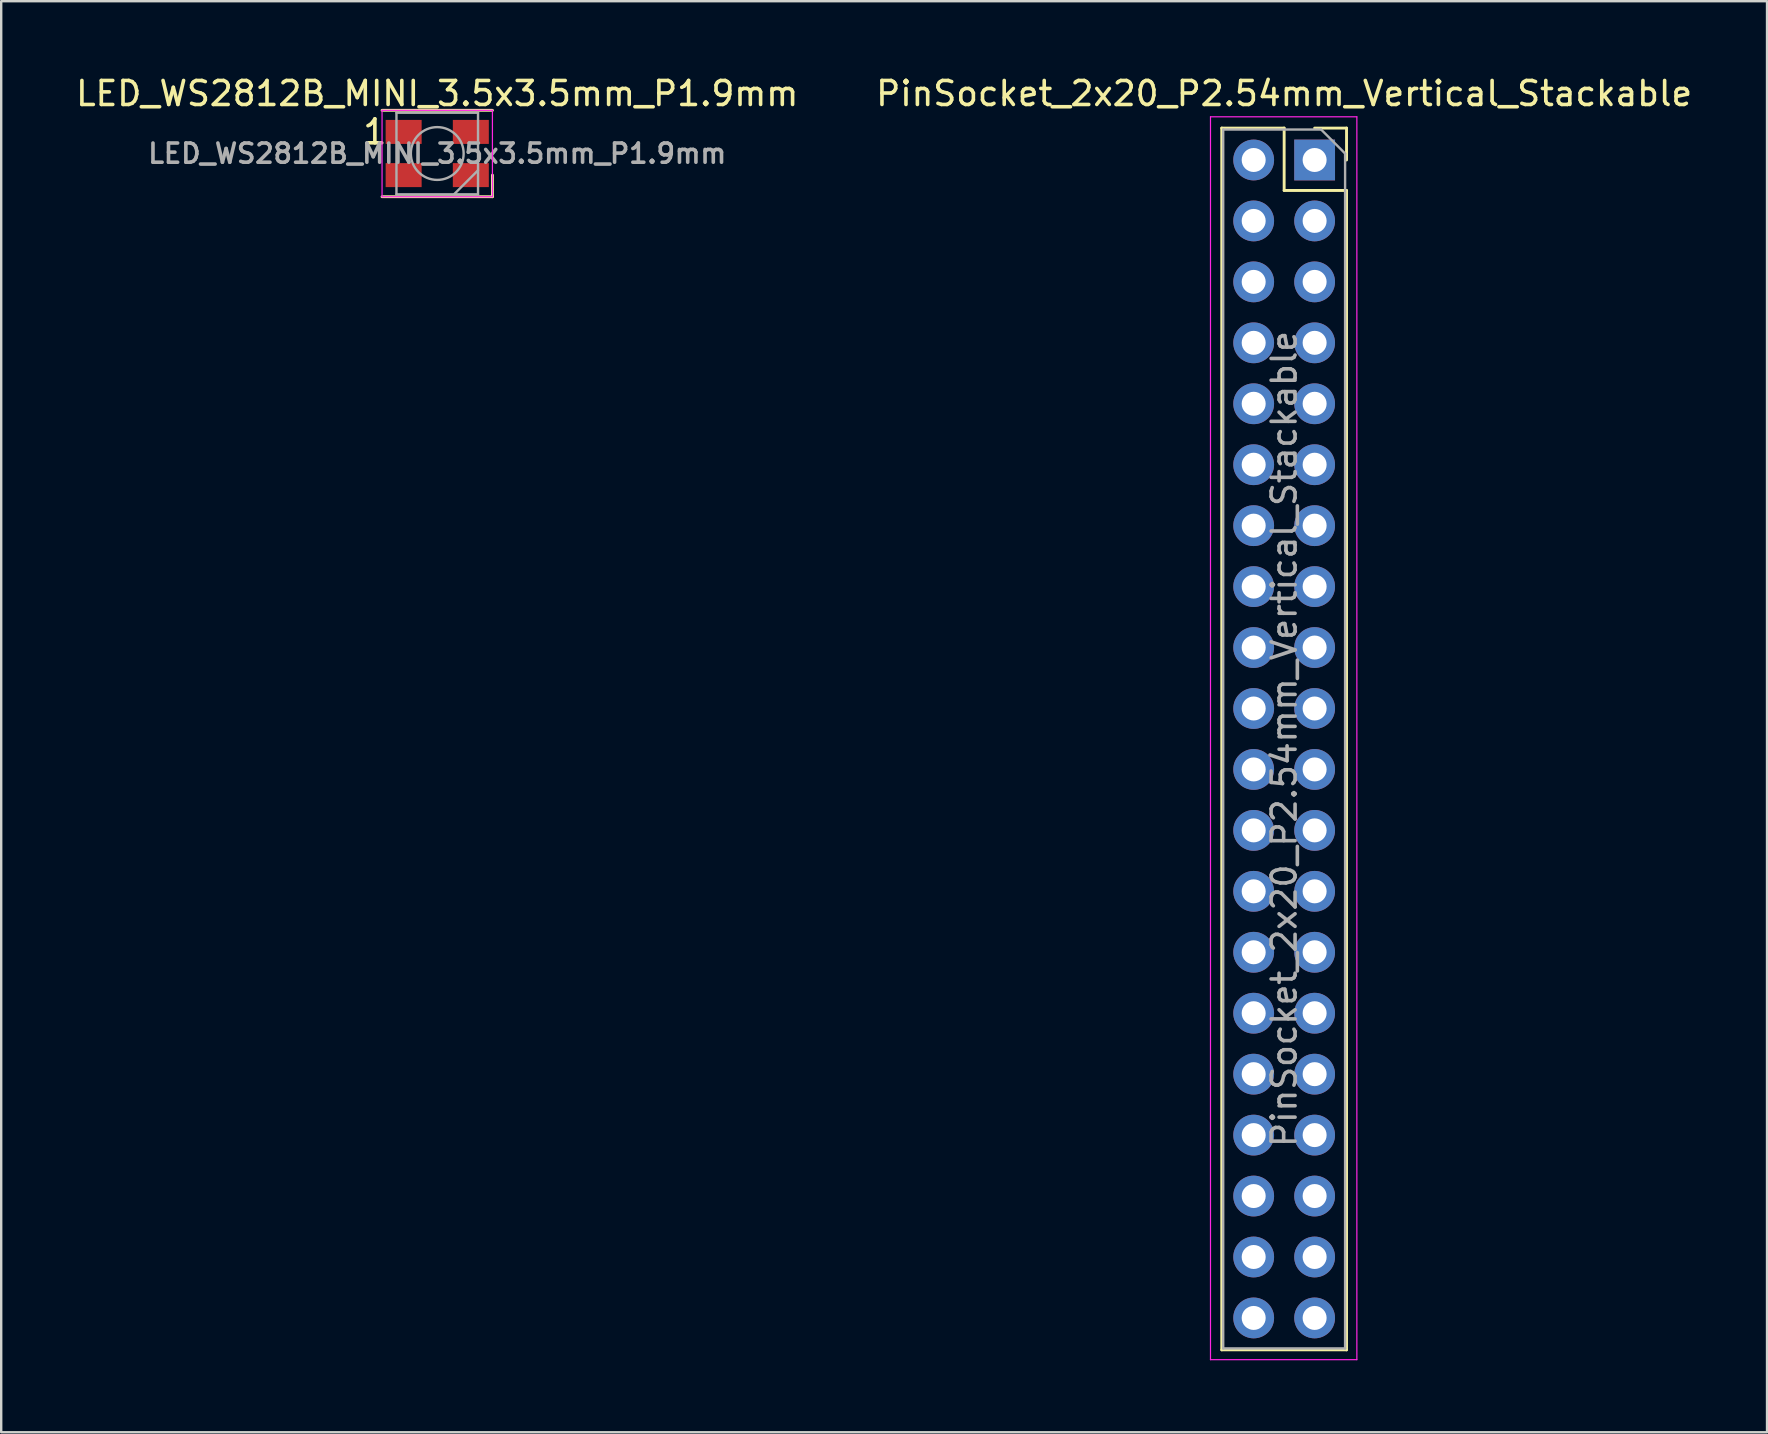
<source format=kicad_pcb>
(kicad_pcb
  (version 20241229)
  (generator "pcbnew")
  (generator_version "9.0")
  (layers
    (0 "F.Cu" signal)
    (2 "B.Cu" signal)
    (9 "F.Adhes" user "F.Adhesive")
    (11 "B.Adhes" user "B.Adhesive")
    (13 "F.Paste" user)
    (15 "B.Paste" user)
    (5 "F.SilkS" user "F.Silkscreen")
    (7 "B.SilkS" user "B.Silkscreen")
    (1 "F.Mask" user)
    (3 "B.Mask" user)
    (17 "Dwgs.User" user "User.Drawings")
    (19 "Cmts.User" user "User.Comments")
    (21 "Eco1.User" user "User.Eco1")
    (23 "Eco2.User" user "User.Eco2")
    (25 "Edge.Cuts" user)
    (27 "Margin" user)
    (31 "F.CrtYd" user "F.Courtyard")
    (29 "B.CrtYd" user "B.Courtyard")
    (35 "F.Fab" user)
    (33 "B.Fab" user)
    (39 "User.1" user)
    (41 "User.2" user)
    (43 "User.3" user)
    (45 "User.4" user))
  (footprint "LED_WS2812B_MINI_3.5x3.5mm_P1.9mm"
    (layer "F.Cu")
    (at 15.173 3.348)
    (property "Reference" "LED_WS2812B_MINI_3.5x3.5mm_P1.9mm" (at 0 -2.5 0) (layer "F.SilkS") (effects (font (size 1 1) (thickness 0.15))))
    (attr smd)
    (fp_line (start -2.3 -1.8) (end 2.3 -1.8) (stroke (width 0.12) (type solid)) (layer "F.SilkS"))
    (fp_line (start -2.3 1.8) (end 2.3 1.8) (stroke (width 0.12) (type solid)) (layer "F.SilkS"))
    (fp_line (start 2.3 1.8) (end 2.3 0.9) (stroke (width 0.12) (type solid)) (layer "F.SilkS"))
    (fp_line (start -2.3 -1.8) (end -2.3 1.8) (stroke (width 0.05) (type solid)) (layer "F.CrtYd"))
    (fp_line (start -2.3 1.8) (end 2.3 1.8) (stroke (width 0.05) (type solid)) (layer "F.CrtYd"))
    (fp_line (start 2.3 -1.8) (end -2.3 -1.8) (stroke (width 0.05) (type solid)) (layer "F.CrtYd"))
    (fp_line (start 2.3 1.8) (end 2.3 -1.8) (stroke (width 0.05) (type solid)) (layer "F.CrtYd"))
    (fp_line (start -1.7 -1.7) (end -1.7 1.7) (stroke (width 0.1) (type solid)) (layer "F.Fab"))
    (fp_line (start -1.7 1.7) (end 1.7 1.7) (stroke (width 0.1) (type solid)) (layer "F.Fab"))
    (fp_line (start 1.7 -1.7) (end -1.7 -1.7) (stroke (width 0.1) (type solid)) (layer "F.Fab"))
    (fp_line (start 1.7 0.7) (end 0.7 1.7) (stroke (width 0.1) (type solid)) (layer "F.Fab"))
    (fp_line (start 1.7 1.7) (end 1.7 -1.7) (stroke (width 0.1) (type solid)) (layer "F.Fab"))
    (fp_circle (center 0 0) (end 0 -1.1) (stroke (width 0.1) (type solid)) (fill no) (layer "F.Fab"))
    (fp_text user "1" (at -2.6 -0.9 0) (layer "F.SilkS") (effects (font (size 1 1) (thickness 0.15))))
    (fp_text user "${REFERENCE}" (at 0 0 0) (layer "F.Fab") (effects (font (size 0.8 0.8) (thickness 0.15))))
    (pad "1" smd rect (at -1.4 -0.9) (size 1.5 1) (layers "F.Cu" "F.Mask" "F.Paste"))
    (pad "2" smd rect (at -1.4 0.9) (size 1.5 1) (layers "F.Cu" "F.Mask" "F.Paste"))
    (pad "3" smd rect (at 1.4 0.9) (size 1.5 1) (layers "F.Cu" "F.Mask" "F.Paste"))
    (pad "4" smd rect (at 1.4 -0.9) (size 1.5 1) (layers "F.Cu" "F.Mask" "F.Paste")))
  (footprint "PinSocket_2x20_P2.54mm_Vertical_Stackable"
    (layer "F.Cu")
    (at 51.74 3.618)
    (property "Reference" "PinSocket_2x20_P2.54mm_Vertical_Stackable" (at -1.27 -2.77 0) (layer "F.SilkS") (effects (font (size 1 1) (thickness 0.15))))
    (attr through_hole)
    (fp_line (start -3.87 -1.33) (end -3.87 49.59) (stroke (width 0.12) (type solid)) (layer "F.SilkS"))
    (fp_line (start -3.87 -1.33) (end -1.27 -1.33) (stroke (width 0.12) (type solid)) (layer "F.SilkS"))
    (fp_line (start -3.87 49.59) (end 1.33 49.59) (stroke (width 0.12) (type solid)) (layer "F.SilkS"))
    (fp_line (start -1.27 -1.33) (end -1.27 1.27) (stroke (width 0.12) (type solid)) (layer "F.SilkS"))
    (fp_line (start -1.27 1.27) (end 1.33 1.27) (stroke (width 0.12) (type solid)) (layer "F.SilkS"))
    (fp_line (start 0 -1.33) (end 1.33 -1.33) (stroke (width 0.12) (type solid)) (layer "F.SilkS"))
    (fp_line (start 1.33 -1.33) (end 1.33 0) (stroke (width 0.12) (type solid)) (layer "F.SilkS"))
    (fp_line (start 1.33 1.27) (end 1.33 49.59) (stroke (width 0.12) (type solid)) (layer "F.SilkS"))
    (fp_line (start -4.34 -1.8) (end 1.76 -1.8) (stroke (width 0.05) (type solid)) (layer "F.CrtYd"))
    (fp_line (start -4.34 50) (end -4.34 -1.8) (stroke (width 0.05) (type solid)) (layer "F.CrtYd"))
    (fp_line (start 1.76 -1.8) (end 1.76 50) (stroke (width 0.05) (type solid)) (layer "F.CrtYd"))
    (fp_line (start 1.76 50) (end -4.34 50) (stroke (width 0.05) (type solid)) (layer "F.CrtYd"))
    (fp_line (start -3.81 -1.27) (end 0.27 -1.27) (stroke (width 0.1) (type solid)) (layer "F.Fab"))
    (fp_line (start -3.81 49.53) (end -3.81 -1.27) (stroke (width 0.1) (type solid)) (layer "F.Fab"))
    (fp_line (start 0.27 -1.27) (end 1.27 -0.27) (stroke (width 0.1) (type solid)) (layer "F.Fab"))
    (fp_line (start 1.27 -0.27) (end 1.27 49.53) (stroke (width 0.1) (type solid)) (layer "F.Fab"))
    (fp_line (start 1.27 49.53) (end -3.81 49.53) (stroke (width 0.1) (type solid)) (layer "F.Fab"))
    (fp_text user "${REFERENCE}" (at -1.27 24.13 90) (layer "F.Fab") (effects (font (size 1 1) (thickness 0.15))))
    (pad "1" thru_hole rect (at 0 0) (size 1.7 1.7) (drill 1) (layers "*.Cu" "*.Mask"))
    (pad "2" thru_hole oval (at -2.54 0) (size 1.7 1.7) (drill 1) (layers "*.Cu" "*.Mask"))
    (pad "3" thru_hole oval (at 0 2.54) (size 1.7 1.7) (drill 1) (layers "*.Cu" "*.Mask"))
    (pad "4" thru_hole oval (at -2.54 2.54) (size 1.7 1.7) (drill 1) (layers "*.Cu" "*.Mask"))
    (pad "5" thru_hole oval (at 0 5.08) (size 1.7 1.7) (drill 1) (layers "*.Cu" "*.Mask"))
    (pad "6" thru_hole oval (at -2.54 5.08) (size 1.7 1.7) (drill 1) (layers "*.Cu" "*.Mask"))
    (pad "7" thru_hole oval (at 0 7.62) (size 1.7 1.7) (drill 1) (layers "*.Cu" "*.Mask"))
    (pad "8" thru_hole oval (at -2.54 7.62) (size 1.7 1.7) (drill 1) (layers "*.Cu" "*.Mask"))
    (pad "9" thru_hole oval (at 0 10.16) (size 1.7 1.7) (drill 1) (layers "*.Cu" "*.Mask"))
    (pad "10" thru_hole oval (at -2.54 10.16) (size 1.7 1.7) (drill 1) (layers "*.Cu" "*.Mask"))
    (pad "11" thru_hole oval (at 0 12.7) (size 1.7 1.7) (drill 1) (layers "*.Cu" "*.Mask"))
    (pad "12" thru_hole oval (at -2.54 12.7) (size 1.7 1.7) (drill 1) (layers "*.Cu" "*.Mask"))
    (pad "13" thru_hole oval (at 0 15.24) (size 1.7 1.7) (drill 1) (layers "*.Cu" "*.Mask"))
    (pad "14" thru_hole oval (at -2.54 15.24) (size 1.7 1.7) (drill 1) (layers "*.Cu" "*.Mask"))
    (pad "15" thru_hole oval (at 0 17.78) (size 1.7 1.7) (drill 1) (layers "*.Cu" "*.Mask"))
    (pad "16" thru_hole oval (at -2.54 17.78) (size 1.7 1.7) (drill 1) (layers "*.Cu" "*.Mask"))
    (pad "17" thru_hole oval (at 0 20.32) (size 1.7 1.7) (drill 1) (layers "*.Cu" "*.Mask"))
    (pad "18" thru_hole oval (at -2.54 20.32) (size 1.7 1.7) (drill 1) (layers "*.Cu" "*.Mask"))
    (pad "19" thru_hole oval (at 0 22.86) (size 1.7 1.7) (drill 1) (layers "*.Cu" "*.Mask"))
    (pad "20" thru_hole oval (at -2.54 22.86) (size 1.7 1.7) (drill 1) (layers "*.Cu" "*.Mask"))
    (pad "21" thru_hole oval (at 0 25.4) (size 1.7 1.7) (drill 1) (layers "*.Cu" "*.Mask"))
    (pad "22" thru_hole oval (at -2.54 25.4) (size 1.7 1.7) (drill 1) (layers "*.Cu" "*.Mask"))
    (pad "23" thru_hole oval (at 0 27.94) (size 1.7 1.7) (drill 1) (layers "*.Cu" "*.Mask"))
    (pad "24" thru_hole oval (at -2.54 27.94) (size 1.7 1.7) (drill 1) (layers "*.Cu" "*.Mask"))
    (pad "25" thru_hole oval (at 0 30.48) (size 1.7 1.7) (drill 1) (layers "*.Cu" "*.Mask"))
    (pad "26" thru_hole oval (at -2.54 30.48) (size 1.7 1.7) (drill 1) (layers "*.Cu" "*.Mask"))
    (pad "27" thru_hole oval (at 0 33.02) (size 1.7 1.7) (drill 1) (layers "*.Cu" "*.Mask"))
    (pad "28" thru_hole oval (at -2.54 33.02) (size 1.7 1.7) (drill 1) (layers "*.Cu" "*.Mask"))
    (pad "29" thru_hole oval (at 0 35.56) (size 1.7 1.7) (drill 1) (layers "*.Cu" "*.Mask"))
    (pad "30" thru_hole oval (at -2.54 35.56) (size 1.7 1.7) (drill 1) (layers "*.Cu" "*.Mask"))
    (pad "31" thru_hole oval (at 0 38.1) (size 1.7 1.7) (drill 1) (layers "*.Cu" "*.Mask"))
    (pad "32" thru_hole oval (at -2.54 38.1) (size 1.7 1.7) (drill 1) (layers "*.Cu" "*.Mask"))
    (pad "33" thru_hole oval (at 0 40.64) (size 1.7 1.7) (drill 1) (layers "*.Cu" "*.Mask"))
    (pad "34" thru_hole oval (at -2.54 40.64) (size 1.7 1.7) (drill 1) (layers "*.Cu" "*.Mask"))
    (pad "35" thru_hole oval (at 0 43.18) (size 1.7 1.7) (drill 1) (layers "*.Cu" "*.Mask"))
    (pad "36" thru_hole oval (at -2.54 43.18) (size 1.7 1.7) (drill 1) (layers "*.Cu" "*.Mask"))
    (pad "37" thru_hole oval (at 0 45.72) (size 1.7 1.7) (drill 1) (layers "*.Cu" "*.Mask"))
    (pad "38" thru_hole oval (at -2.54 45.72) (size 1.7 1.7) (drill 1) (layers "*.Cu" "*.Mask"))
    (pad "39" thru_hole oval (at 0 48.26) (size 1.7 1.7) (drill 1) (layers "*.Cu" "*.Mask"))
    (pad "40" thru_hole oval (at -2.54 48.26) (size 1.7 1.7) (drill 1) (layers "*.Cu" "*.Mask")))
  (gr_rect
    (start -3 -3)
    (end 70.595 56.643)
    (stroke (width 0.1) (type default))
    (fill no)
    (layer "Edge.Cuts")))
</source>
